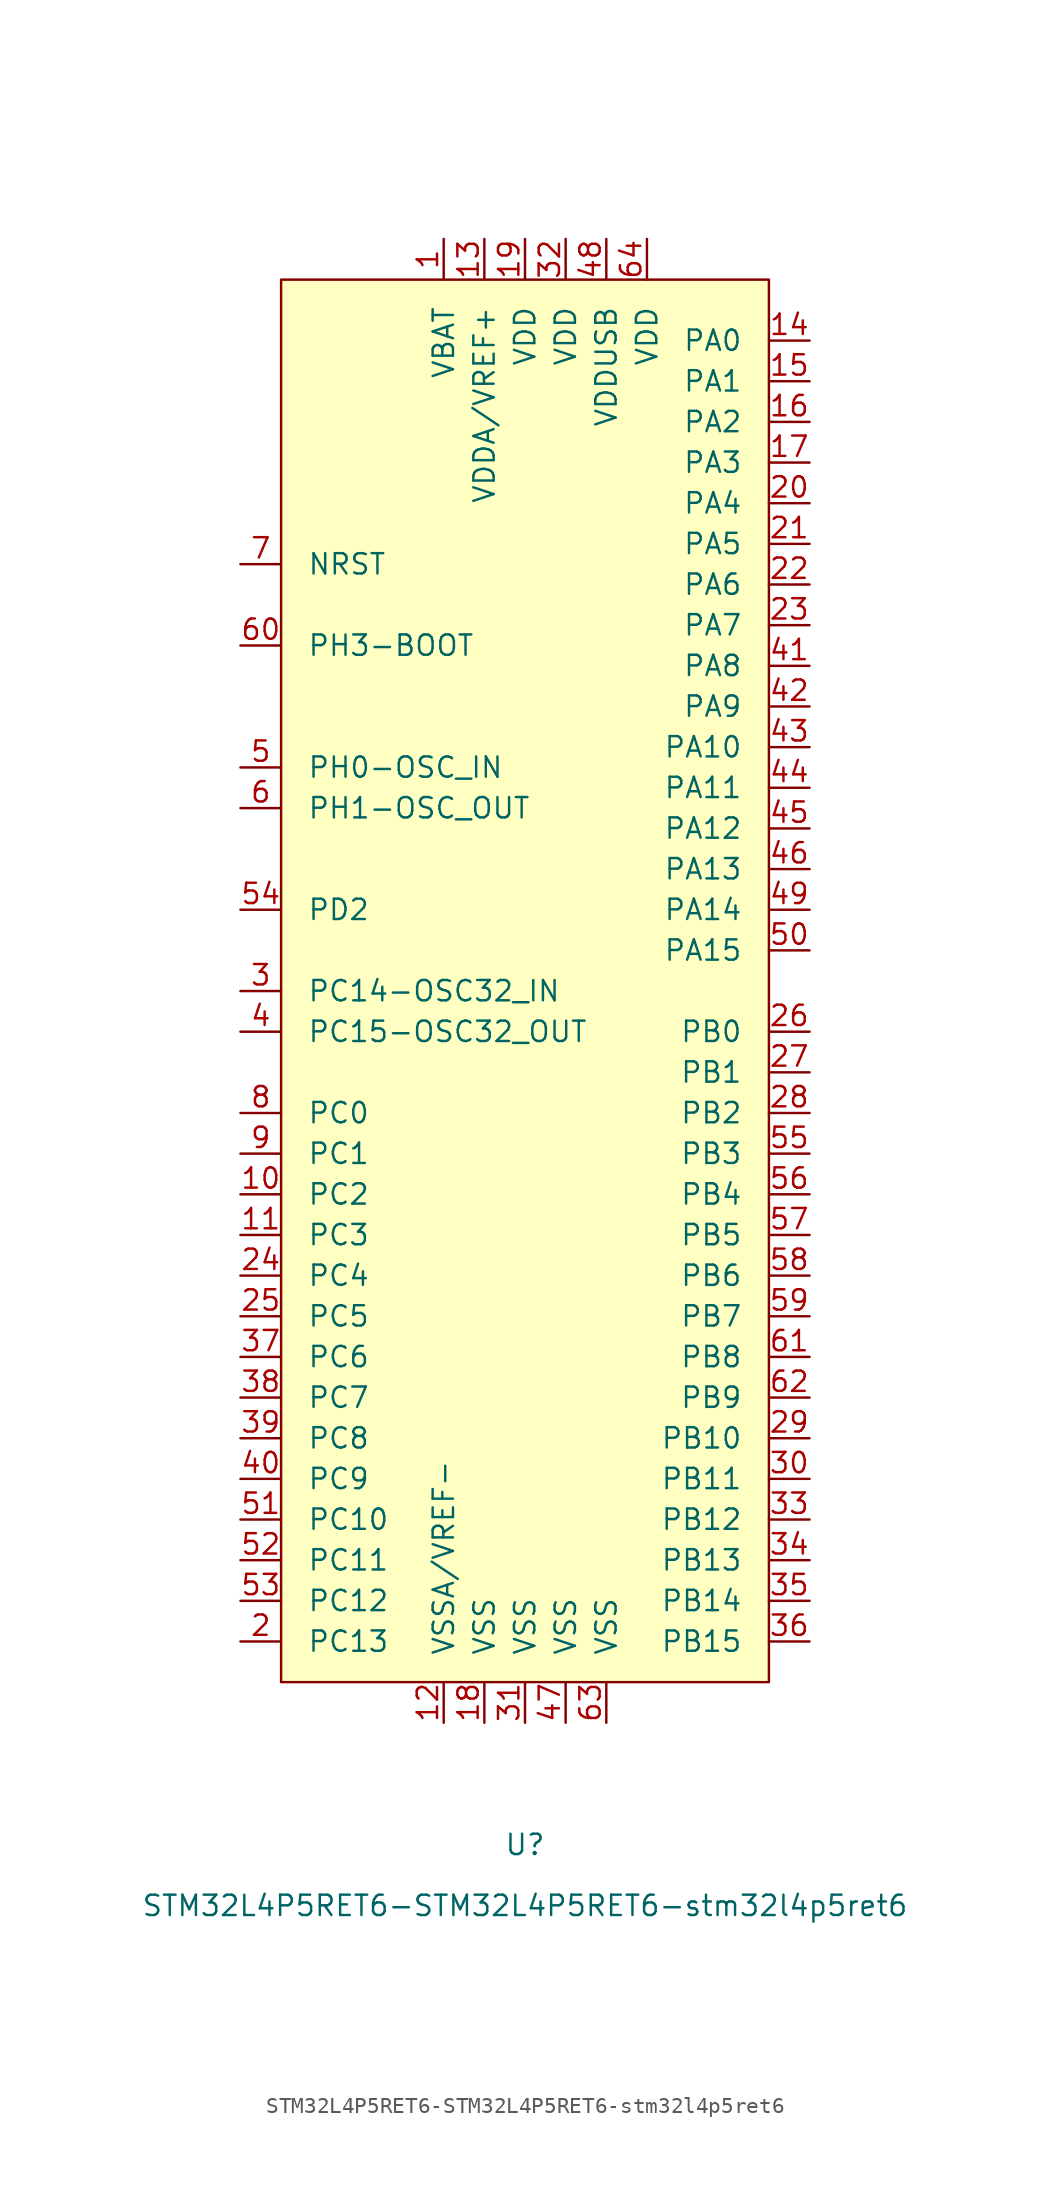
<source format=kicad_sym>
(kicad_symbol_lib
  (version 20220914)
  (generator kicad_symbol_editor)
  (symbol "STM32L4P5RET6-STM32L4P5RET6-stm32l4p5ret6"
    (pin_names
      (offset 1.626))
    (property "Reference" "U"
      (at 0 -55.88 0)
      (effects (font (size 1.27 1.27))))
    (property "Value" "STM32L4P5RET6-STM32L4P5RET6-stm32l4p5ret6"
      (at 0 -59.69 0)
      (effects (font (size 1.27 1.27))))
    (symbol "STM32L4P5RET6-STM32L4P5RET6-stm32l4p5ret6_0_0"
      (pin power_in line (at -5.08 44.45 270) (length 2.54) (name "VBAT" (effects (font (size 1.27 1.27)))) (number "1" (effects (font (size 1.27 1.27)))))
      (pin bidirectional line (at -17.78 -15.24 0) (length 2.54) (name "PC2" (effects (font (size 1.27 1.27)))) (number "10" (effects (font (size 1.27 1.27)))))
      (pin bidirectional line (at -17.78 -17.78 0) (length 2.54) (name "PC3" (effects (font (size 1.27 1.27)))) (number "11" (effects (font (size 1.27 1.27)))))
      (pin power_in line (at -5.08 -48.26 90) (length 2.54) (name "VSSA/VREF-" (effects (font (size 1.27 1.27)))) (number "12" (effects (font (size 1.27 1.27)))))
      (pin power_in line (at -2.54 44.45 270) (length 2.54) (name "VDDA/VREF+" (effects (font (size 1.27 1.27)))) (number "13" (effects (font (size 1.27 1.27)))))
      (pin bidirectional line (at 17.78 38.1 180) (length 2.54) (name "PA0" (effects (font (size 1.27 1.27)))) (number "14" (effects (font (size 1.27 1.27)))))
      (pin bidirectional line (at 17.78 35.56 180) (length 2.54) (name "PA1" (effects (font (size 1.27 1.27)))) (number "15" (effects (font (size 1.27 1.27)))))
      (pin bidirectional line (at 17.78 33.02 180) (length 2.54) (name "PA2" (effects (font (size 1.27 1.27)))) (number "16" (effects (font (size 1.27 1.27)))))
      (pin bidirectional line (at 17.78 30.48 180) (length 2.54) (name "PA3" (effects (font (size 1.27 1.27)))) (number "17" (effects (font (size 1.27 1.27)))))
      (pin power_in line (at -2.54 -48.26 90) (length 2.54) (name "VSS" (effects (font (size 1.27 1.27)))) (number "18" (effects (font (size 1.27 1.27)))))
      (pin power_in line (at 0 44.45 270) (length 2.54) (name "VDD" (effects (font (size 1.27 1.27)))) (number "19" (effects (font (size 1.27 1.27)))))
      (pin bidirectional line (at -17.78 -43.18 0) (length 2.54) (name "PC13" (effects (font (size 1.27 1.27)))) (number "2" (effects (font (size 1.27 1.27)))))
      (pin bidirectional line (at 17.78 27.94 180) (length 2.54) (name "PA4" (effects (font (size 1.27 1.27)))) (number "20" (effects (font (size 1.27 1.27)))))
      (pin bidirectional line (at 17.78 25.4 180) (length 2.54) (name "PA5" (effects (font (size 1.27 1.27)))) (number "21" (effects (font (size 1.27 1.27)))))
      (pin bidirectional line (at 17.78 22.86 180) (length 2.54) (name "PA6" (effects (font (size 1.27 1.27)))) (number "22" (effects (font (size 1.27 1.27)))))
      (pin bidirectional line (at 17.78 20.32 180) (length 2.54) (name "PA7" (effects (font (size 1.27 1.27)))) (number "23" (effects (font (size 1.27 1.27)))))
      (pin bidirectional line (at -17.78 -20.32 0) (length 2.54) (name "PC4" (effects (font (size 1.27 1.27)))) (number "24" (effects (font (size 1.27 1.27)))))
      (pin bidirectional line (at -17.78 -22.86 0) (length 2.54) (name "PC5" (effects (font (size 1.27 1.27)))) (number "25" (effects (font (size 1.27 1.27)))))
      (pin bidirectional line (at 17.78 -5.08 180) (length 2.54) (name "PB0" (effects (font (size 1.27 1.27)))) (number "26" (effects (font (size 1.27 1.27)))))
      (pin bidirectional line (at 17.78 -7.62 180) (length 2.54) (name "PB1" (effects (font (size 1.27 1.27)))) (number "27" (effects (font (size 1.27 1.27)))))
      (pin bidirectional line (at 17.78 -10.16 180) (length 2.54) (name "PB2" (effects (font (size 1.27 1.27)))) (number "28" (effects (font (size 1.27 1.27)))))
      (pin bidirectional line (at 17.78 -30.48 180) (length 2.54) (name "PB10" (effects (font (size 1.27 1.27)))) (number "29" (effects (font (size 1.27 1.27)))))
      (pin bidirectional line (at -17.78 -2.54 0) (length 2.54) (name "PC14-OSC32_IN" (effects (font (size 1.27 1.27)))) (number "3" (effects (font (size 1.27 1.27)))))
      (pin bidirectional line (at 17.78 -33.02 180) (length 2.54) (name "PB11" (effects (font (size 1.27 1.27)))) (number "30" (effects (font (size 1.27 1.27)))))
      (pin power_in line (at 0 -48.26 90) (length 2.54) (name "VSS" (effects (font (size 1.27 1.27)))) (number "31" (effects (font (size 1.27 1.27)))))
      (pin power_in line (at 2.54 44.45 270) (length 2.54) (name "VDD" (effects (font (size 1.27 1.27)))) (number "32" (effects (font (size 1.27 1.27)))))
      (pin bidirectional line (at 17.78 -35.56 180) (length 2.54) (name "PB12" (effects (font (size 1.27 1.27)))) (number "33" (effects (font (size 1.27 1.27)))))
      (pin bidirectional line (at 17.78 -38.1 180) (length 2.54) (name "PB13" (effects (font (size 1.27 1.27)))) (number "34" (effects (font (size 1.27 1.27)))))
      (pin bidirectional line (at 17.78 -40.64 180) (length 2.54) (name "PB14" (effects (font (size 1.27 1.27)))) (number "35" (effects (font (size 1.27 1.27)))))
      (pin bidirectional line (at 17.78 -43.18 180) (length 2.54) (name "PB15" (effects (font (size 1.27 1.27)))) (number "36" (effects (font (size 1.27 1.27)))))
      (pin bidirectional line (at -17.78 -25.4 0) (length 2.54) (name "PC6" (effects (font (size 1.27 1.27)))) (number "37" (effects (font (size 1.27 1.27)))))
      (pin bidirectional line (at -17.78 -27.94 0) (length 2.54) (name "PC7" (effects (font (size 1.27 1.27)))) (number "38" (effects (font (size 1.27 1.27)))))
      (pin bidirectional line (at -17.78 -30.48 0) (length 2.54) (name "PC8" (effects (font (size 1.27 1.27)))) (number "39" (effects (font (size 1.27 1.27)))))
      (pin bidirectional line (at -17.78 -5.08 0) (length 2.54) (name "PC15-OSC32_OUT" (effects (font (size 1.27 1.27)))) (number "4" (effects (font (size 1.27 1.27)))))
      (pin bidirectional line (at -17.78 -33.02 0) (length 2.54) (name "PC9" (effects (font (size 1.27 1.27)))) (number "40" (effects (font (size 1.27 1.27)))))
      (pin bidirectional line (at 17.78 17.78 180) (length 2.54) (name "PA8" (effects (font (size 1.27 1.27)))) (number "41" (effects (font (size 1.27 1.27)))))
      (pin bidirectional line (at 17.78 15.24 180) (length 2.54) (name "PA9" (effects (font (size 1.27 1.27)))) (number "42" (effects (font (size 1.27 1.27)))))
      (pin bidirectional line (at 17.78 12.7 180) (length 2.54) (name "PA10" (effects (font (size 1.27 1.27)))) (number "43" (effects (font (size 1.27 1.27)))))
      (pin bidirectional line (at 17.78 10.16 180) (length 2.54) (name "PA11" (effects (font (size 1.27 1.27)))) (number "44" (effects (font (size 1.27 1.27)))))
      (pin bidirectional line (at 17.78 7.62 180) (length 2.54) (name "PA12" (effects (font (size 1.27 1.27)))) (number "45" (effects (font (size 1.27 1.27)))))
      (pin bidirectional line (at 17.78 5.08 180) (length 2.54) (name "PA13" (effects (font (size 1.27 1.27)))) (number "46" (effects (font (size 1.27 1.27)))))
      (pin power_in line (at 2.54 -48.26 90) (length 2.54) (name "VSS" (effects (font (size 1.27 1.27)))) (number "47" (effects (font (size 1.27 1.27)))))
      (pin power_in line (at 5.08 44.45 270) (length 2.54) (name "VDDUSB" (effects (font (size 1.27 1.27)))) (number "48" (effects (font (size 1.27 1.27)))))
      (pin bidirectional line (at 17.78 2.54 180) (length 2.54) (name "PA14" (effects (font (size 1.27 1.27)))) (number "49" (effects (font (size 1.27 1.27)))))
      (pin input line (at -17.78 11.43 0) (length 2.54) (name "PH0-OSC_IN" (effects (font (size 1.27 1.27)))) (number "5" (effects (font (size 1.27 1.27)))))
      (pin bidirectional line (at 17.78 0 180) (length 2.54) (name "PA15" (effects (font (size 1.27 1.27)))) (number "50" (effects (font (size 1.27 1.27)))))
      (pin bidirectional line (at -17.78 -35.56 0) (length 2.54) (name "PC10" (effects (font (size 1.27 1.27)))) (number "51" (effects (font (size 1.27 1.27)))))
      (pin bidirectional line (at -17.78 -38.1 0) (length 2.54) (name "PC11" (effects (font (size 1.27 1.27)))) (number "52" (effects (font (size 1.27 1.27)))))
      (pin bidirectional line (at -17.78 -40.64 0) (length 2.54) (name "PC12" (effects (font (size 1.27 1.27)))) (number "53" (effects (font (size 1.27 1.27)))))
      (pin bidirectional line (at -17.78 2.54 0) (length 2.54) (name "PD2" (effects (font (size 1.27 1.27)))) (number "54" (effects (font (size 1.27 1.27)))))
      (pin bidirectional line (at 17.78 -12.7 180) (length 2.54) (name "PB3" (effects (font (size 1.27 1.27)))) (number "55" (effects (font (size 1.27 1.27)))))
      (pin bidirectional line (at 17.78 -15.24 180) (length 2.54) (name "PB4" (effects (font (size 1.27 1.27)))) (number "56" (effects (font (size 1.27 1.27)))))
      (pin bidirectional line (at 17.78 -17.78 180) (length 2.54) (name "PB5" (effects (font (size 1.27 1.27)))) (number "57" (effects (font (size 1.27 1.27)))))
      (pin bidirectional line (at 17.78 -20.32 180) (length 2.54) (name "PB6" (effects (font (size 1.27 1.27)))) (number "58" (effects (font (size 1.27 1.27)))))
      (pin bidirectional line (at 17.78 -22.86 180) (length 2.54) (name "PB7" (effects (font (size 1.27 1.27)))) (number "59" (effects (font (size 1.27 1.27)))))
      (pin input line (at -17.78 8.89 0) (length 2.54) (name "PH1-OSC_OUT" (effects (font (size 1.27 1.27)))) (number "6" (effects (font (size 1.27 1.27)))))
      (pin input line (at -17.78 19.05 0) (length 2.54) (name "PH3-BOOT" (effects (font (size 1.27 1.27)))) (number "60" (effects (font (size 1.27 1.27)))))
      (pin bidirectional line (at 17.78 -25.4 180) (length 2.54) (name "PB8" (effects (font (size 1.27 1.27)))) (number "61" (effects (font (size 1.27 1.27)))))
      (pin bidirectional line (at 17.78 -27.94 180) (length 2.54) (name "PB9" (effects (font (size 1.27 1.27)))) (number "62" (effects (font (size 1.27 1.27)))))
      (pin power_in line (at 5.08 -48.26 90) (length 2.54) (name "VSS" (effects (font (size 1.27 1.27)))) (number "63" (effects (font (size 1.27 1.27)))))
      (pin power_in line (at 7.62 44.45 270) (length 2.54) (name "VDD" (effects (font (size 1.27 1.27)))) (number "64" (effects (font (size 1.27 1.27)))))
      (pin input line (at -17.78 24.13 0) (length 2.54) (name "NRST" (effects (font (size 1.27 1.27)))) (number "7" (effects (font (size 1.27 1.27)))))
      (pin bidirectional line (at -17.78 -10.16 0) (length 2.54) (name "PC0" (effects (font (size 1.27 1.27)))) (number "8" (effects (font (size 1.27 1.27)))))
      (pin bidirectional line (at -17.78 -12.7 0) (length 2.54) (name "PC1" (effects (font (size 1.27 1.27)))) (number "9" (effects (font (size 1.27 1.27))))))
    (symbol "STM32L4P5RET6-STM32L4P5RET6-stm32l4p5ret6_0_1"
      (rectangle (start 15.24 41.91) (end -15.24 -45.72) (stroke (width 0) (type solid)) (fill (type background))))))
</source>
